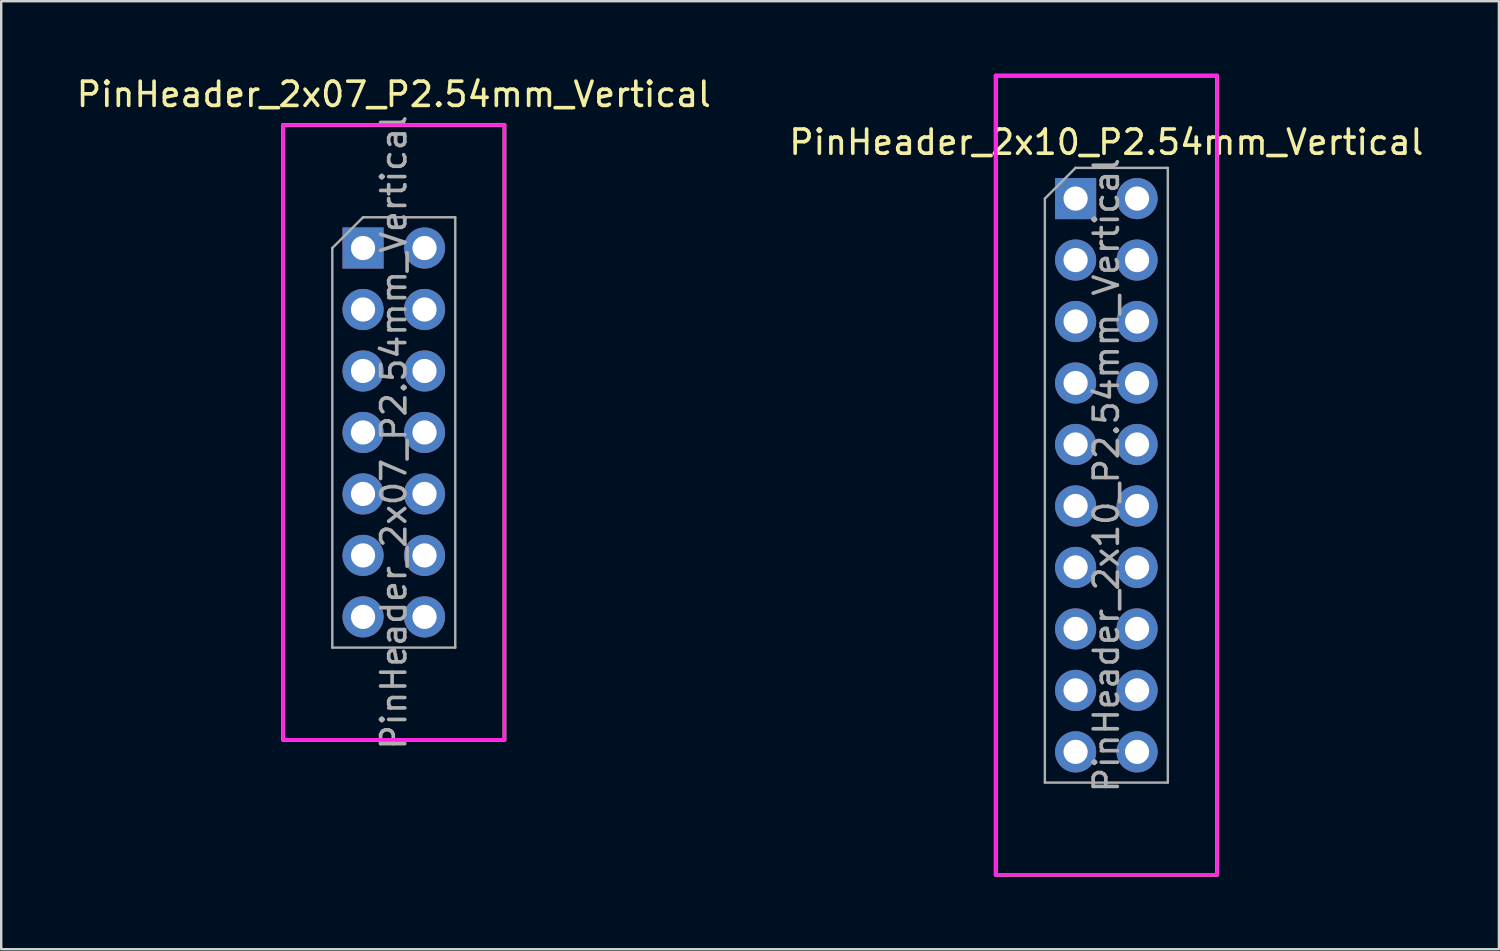
<source format=kicad_pcb>
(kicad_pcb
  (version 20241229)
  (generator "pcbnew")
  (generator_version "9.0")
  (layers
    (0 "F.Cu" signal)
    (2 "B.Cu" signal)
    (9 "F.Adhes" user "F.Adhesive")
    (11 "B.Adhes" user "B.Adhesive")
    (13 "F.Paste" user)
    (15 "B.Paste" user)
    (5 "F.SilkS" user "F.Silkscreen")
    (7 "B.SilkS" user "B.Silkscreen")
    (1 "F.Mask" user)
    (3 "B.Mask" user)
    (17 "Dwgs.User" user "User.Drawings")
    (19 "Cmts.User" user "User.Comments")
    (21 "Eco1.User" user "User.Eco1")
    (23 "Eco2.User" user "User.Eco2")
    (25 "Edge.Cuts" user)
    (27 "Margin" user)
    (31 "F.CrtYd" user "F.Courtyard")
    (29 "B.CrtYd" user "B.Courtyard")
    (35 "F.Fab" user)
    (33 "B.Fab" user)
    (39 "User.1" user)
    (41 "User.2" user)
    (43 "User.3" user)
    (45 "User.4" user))
  (footprint "PinHeader_2x10_P2.54mm_Vertical"
    (placed yes)
    (layer "F.Cu")
    (at 41.391 5.155)
    (property "Reference" "PinHeader_2x10_P2.54mm_Vertical" (at 1.27 -2.33 0) (layer "F.SilkS") (effects (font (size 1 1) (thickness 0.15))))
    (attr through_hole)
    (fp_line (start -3.302 -5.08) (end 5.842 -5.08) (stroke (width 0.15) (type solid)) (layer "F.SilkS"))
    (fp_line (start -3.302 27.94) (end -3.302 -5.08) (stroke (width 0.15) (type solid)) (layer "F.SilkS"))
    (fp_line (start 5.842 -5.08) (end 5.842 27.94) (stroke (width 0.15) (type solid)) (layer "F.SilkS"))
    (fp_line (start 5.842 27.94) (end -3.302 27.94) (stroke (width 0.15) (type solid)) (layer "F.SilkS"))
    (fp_line (start -3.302 -5.08) (end 5.842 -5.08) (stroke (width 0.15) (type solid)) (layer "F.CrtYd"))
    (fp_line (start -3.302 27.94) (end -3.302 -5.08) (stroke (width 0.15) (type solid)) (layer "F.CrtYd"))
    (fp_line (start 5.842 -5.08) (end 5.842 27.94) (stroke (width 0.15) (type solid)) (layer "F.CrtYd"))
    (fp_line (start 5.842 27.94) (end -3.302 27.94) (stroke (width 0.15) (type solid)) (layer "F.CrtYd"))
    (fp_line (start -1.27 0) (end 0 -1.27) (stroke (width 0.1) (type solid)) (layer "F.Fab"))
    (fp_line (start -1.27 24.13) (end -1.27 0) (stroke (width 0.1) (type solid)) (layer "F.Fab"))
    (fp_line (start 0 -1.27) (end 3.81 -1.27) (stroke (width 0.1) (type solid)) (layer "F.Fab"))
    (fp_line (start 3.81 -1.27) (end 3.81 24.13) (stroke (width 0.1) (type solid)) (layer "F.Fab"))
    (fp_line (start 3.81 24.13) (end -1.27 24.13) (stroke (width 0.1) (type solid)) (layer "F.Fab"))
    (fp_text user "${REFERENCE}" (at 1.27 11.43 90) (layer "F.Fab") (effects (font (size 1 1) (thickness 0.15))))
    (pad "1" thru_hole rect (at 0 0) (size 1.7 1.7) (drill 1) (layers "*.Cu" "*.Mask"))
    (pad "2" thru_hole oval (at 2.54 0) (size 1.7 1.7) (drill 1) (layers "*.Cu" "*.Mask"))
    (pad "3" thru_hole oval (at 0 2.54) (size 1.7 1.7) (drill 1) (layers "*.Cu" "*.Mask"))
    (pad "4" thru_hole oval (at 2.54 2.54) (size 1.7 1.7) (drill 1) (layers "*.Cu" "*.Mask"))
    (pad "5" thru_hole oval (at 0 5.08) (size 1.7 1.7) (drill 1) (layers "*.Cu" "*.Mask"))
    (pad "6" thru_hole oval (at 2.54 5.08) (size 1.7 1.7) (drill 1) (layers "*.Cu" "*.Mask"))
    (pad "7" thru_hole oval (at 0 7.62) (size 1.7 1.7) (drill 1) (layers "*.Cu" "*.Mask"))
    (pad "8" thru_hole oval (at 2.54 7.62) (size 1.7 1.7) (drill 1) (layers "*.Cu" "*.Mask"))
    (pad "9" thru_hole oval (at 0 10.16) (size 1.7 1.7) (drill 1) (layers "*.Cu" "*.Mask"))
    (pad "10" thru_hole oval (at 2.54 10.16) (size 1.7 1.7) (drill 1) (layers "*.Cu" "*.Mask"))
    (pad "11" thru_hole oval (at 0 12.7) (size 1.7 1.7) (drill 1) (layers "*.Cu" "*.Mask"))
    (pad "12" thru_hole oval (at 2.54 12.7) (size 1.7 1.7) (drill 1) (layers "*.Cu" "*.Mask"))
    (pad "13" thru_hole oval (at 0 15.24) (size 1.7 1.7) (drill 1) (layers "*.Cu" "*.Mask"))
    (pad "14" thru_hole oval (at 2.54 15.24) (size 1.7 1.7) (drill 1) (layers "*.Cu" "*.Mask"))
    (pad "15" thru_hole oval (at 0 17.78) (size 1.7 1.7) (drill 1) (layers "*.Cu" "*.Mask"))
    (pad "16" thru_hole oval (at 2.54 17.78) (size 1.7 1.7) (drill 1) (layers "*.Cu" "*.Mask"))
    (pad "17" thru_hole oval (at 0 20.32) (size 1.7 1.7) (drill 1) (layers "*.Cu" "*.Mask"))
    (pad "18" thru_hole oval (at 2.54 20.32) (size 1.7 1.7) (drill 1) (layers "*.Cu" "*.Mask"))
    (pad "19" thru_hole oval (at 0 22.86) (size 1.7 1.7) (drill 1) (layers "*.Cu" "*.Mask"))
    (pad "20" thru_hole oval (at 2.54 22.86) (size 1.7 1.7) (drill 1) (layers "*.Cu" "*.Mask")))
  (footprint "PinHeader_2x07_P2.54mm_Vertical"
    (placed yes)
    (layer "F.Cu")
    (at 11.95 7.198)
    (property "Reference" "PinHeader_2x07_P2.54mm_Vertical" (at 1.27 -6.35 0) (layer "F.SilkS") (effects (font (size 1 1) (thickness 0.15))))
    (attr through_hole)
    (fp_line (start -3.302 -5.08) (end 5.842 -5.08) (stroke (width 0.15) (type solid)) (layer "F.SilkS"))
    (fp_line (start -3.302 20.32) (end -3.302 -5.08) (stroke (width 0.15) (type solid)) (layer "F.SilkS"))
    (fp_line (start 5.842 -5.08) (end 5.842 20.32) (stroke (width 0.15) (type solid)) (layer "F.SilkS"))
    (fp_line (start 5.842 20.32) (end -3.302 20.32) (stroke (width 0.15) (type solid)) (layer "F.SilkS"))
    (fp_line (start -3.302 -5.08) (end 5.842 -5.08) (stroke (width 0.15) (type solid)) (layer "F.CrtYd"))
    (fp_line (start -3.302 20.32) (end -3.302 -5.08) (stroke (width 0.15) (type solid)) (layer "F.CrtYd"))
    (fp_line (start 5.842 -5.08) (end 5.842 20.32) (stroke (width 0.15) (type solid)) (layer "F.CrtYd"))
    (fp_line (start 5.842 20.32) (end -3.302 20.32) (stroke (width 0.15) (type solid)) (layer "F.CrtYd"))
    (fp_line (start -1.27 0) (end 0 -1.27) (stroke (width 0.1) (type solid)) (layer "F.Fab"))
    (fp_line (start -1.27 16.51) (end -1.27 0) (stroke (width 0.1) (type solid)) (layer "F.Fab"))
    (fp_line (start 0 -1.27) (end 3.81 -1.27) (stroke (width 0.1) (type solid)) (layer "F.Fab"))
    (fp_line (start 3.81 -1.27) (end 3.81 16.51) (stroke (width 0.1) (type solid)) (layer "F.Fab"))
    (fp_line (start 3.81 16.51) (end -1.27 16.51) (stroke (width 0.1) (type solid)) (layer "F.Fab"))
    (fp_text user "${REFERENCE}" (at 1.27 7.62 90) (layer "F.Fab") (effects (font (size 1 1) (thickness 0.15))))
    (pad "1" thru_hole rect (at 0 0) (size 1.7 1.7) (drill 1) (layers "*.Cu" "*.Mask"))
    (pad "2" thru_hole oval (at 2.54 0) (size 1.7 1.7) (drill 1) (layers "*.Cu" "*.Mask"))
    (pad "3" thru_hole oval (at 0 2.54) (size 1.7 1.7) (drill 1) (layers "*.Cu" "*.Mask"))
    (pad "4" thru_hole oval (at 2.54 2.54) (size 1.7 1.7) (drill 1) (layers "*.Cu" "*.Mask"))
    (pad "5" thru_hole oval (at 0 5.08) (size 1.7 1.7) (drill 1) (layers "*.Cu" "*.Mask"))
    (pad "6" thru_hole oval (at 2.54 5.08) (size 1.7 1.7) (drill 1) (layers "*.Cu" "*.Mask"))
    (pad "7" thru_hole oval (at 0 7.62) (size 1.7 1.7) (drill 1) (layers "*.Cu" "*.Mask"))
    (pad "8" thru_hole oval (at 2.54 7.62) (size 1.7 1.7) (drill 1) (layers "*.Cu" "*.Mask"))
    (pad "9" thru_hole oval (at 0 10.16) (size 1.7 1.7) (drill 1) (layers "*.Cu" "*.Mask"))
    (pad "10" thru_hole oval (at 2.54 10.16) (size 1.7 1.7) (drill 1) (layers "*.Cu" "*.Mask"))
    (pad "11" thru_hole oval (at 0 12.7) (size 1.7 1.7) (drill 1) (layers "*.Cu" "*.Mask"))
    (pad "12" thru_hole oval (at 2.54 12.7) (size 1.7 1.7) (drill 1) (layers "*.Cu" "*.Mask"))
    (pad "13" thru_hole oval (at 0 15.24) (size 1.7 1.7) (drill 1) (layers "*.Cu" "*.Mask"))
    (pad "14" thru_hole oval (at 2.54 15.24) (size 1.7 1.7) (drill 1) (layers "*.Cu" "*.Mask")))
  (gr_rect
    (start -3 -3)
    (end 58.881 36.17)
    (stroke (width 0.1) (type default))
    (fill no)
    (layer "Edge.Cuts")))
</source>
